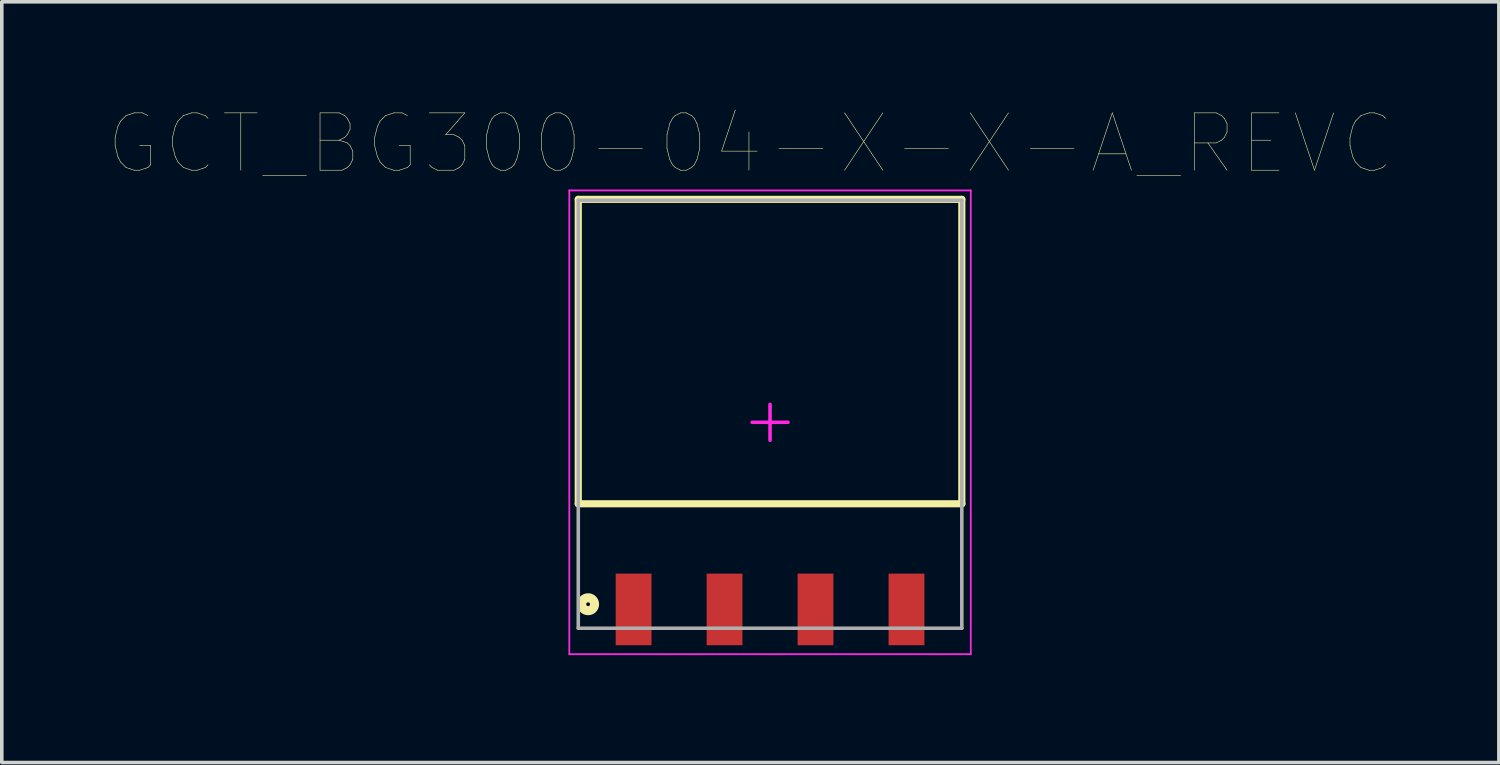
<source format=kicad_pcb>
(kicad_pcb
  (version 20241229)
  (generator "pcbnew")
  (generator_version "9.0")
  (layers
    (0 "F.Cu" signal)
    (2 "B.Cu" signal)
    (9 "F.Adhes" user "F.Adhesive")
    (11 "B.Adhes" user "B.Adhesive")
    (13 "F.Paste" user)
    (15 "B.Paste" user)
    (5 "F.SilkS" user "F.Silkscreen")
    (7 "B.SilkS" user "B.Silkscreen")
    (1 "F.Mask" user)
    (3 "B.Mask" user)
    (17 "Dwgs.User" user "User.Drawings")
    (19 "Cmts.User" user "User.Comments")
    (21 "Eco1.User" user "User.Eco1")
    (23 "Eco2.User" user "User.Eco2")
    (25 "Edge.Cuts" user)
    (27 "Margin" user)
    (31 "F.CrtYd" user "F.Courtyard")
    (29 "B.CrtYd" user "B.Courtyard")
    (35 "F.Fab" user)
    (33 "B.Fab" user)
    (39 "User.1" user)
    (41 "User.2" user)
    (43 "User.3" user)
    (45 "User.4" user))
  (footprint "GCT_BG300-04-X-X-A_REVC"
    (layer "F.Cu")
    (at 18.452 8.742)
    (property "Reference" "GCT_BG300-04-X-X-A_REVC" (at -0.551 -7.779 0) (layer "F.SilkS") (effects (font (size 1.602 1.602) (thickness 0.015))))
    (attr through_hole)
    (fp_line (start -5.355 -6.225) (end 5.355 -6.225) (stroke (width 0.2) (type solid)) (layer "F.SilkS"))
    (fp_line (start -5.355 2.275) (end -5.355 -6.225) (stroke (width 0.2) (type solid)) (layer "F.SilkS"))
    (fp_line (start -5.355 2.275) (end 5.355 2.275) (stroke (width 0.2) (type solid)) (layer "F.SilkS"))
    (fp_line (start 5.355 2.275) (end 5.355 -6.225) (stroke (width 0.2) (type solid)) (layer "F.SilkS"))
    (fp_circle (center -5.08 5.08) (end -4.9 5.08) (stroke (width 0.254) (type solid)) (fill no) (layer "F.SilkS"))
    (fp_line (start -5.605 -6.475) (end 5.605 -6.475) (stroke (width 0.05) (type solid)) (layer "F.CrtYd"))
    (fp_line (start -5.605 6.475) (end -5.605 -6.475) (stroke (width 0.05) (type solid)) (layer "F.CrtYd"))
    (fp_line (start -5.605 6.475) (end 5.605 6.475) (stroke (width 0.05) (type solid)) (layer "F.CrtYd"))
    (fp_line (start -0.5 0) (end 0.5 0) (stroke (width 0.1) (type solid)) (layer "F.CrtYd"))
    (fp_line (start 0 0.5) (end 0 -0.5) (stroke (width 0.1) (type solid)) (layer "F.CrtYd"))
    (fp_line (start 5.605 6.475) (end 5.605 -6.475) (stroke (width 0.05) (type solid)) (layer "F.CrtYd"))
    (fp_line (start -5.355 -6.2) (end 5.355 -6.2) (stroke (width 0.1) (type solid)) (layer "F.Fab"))
    (fp_line (start -5.355 5.75) (end -5.355 -6.2) (stroke (width 0.1) (type solid)) (layer "F.Fab"))
    (fp_line (start -5.355 5.75) (end 5.355 5.75) (stroke (width 0.1) (type solid)) (layer "F.Fab"))
    (fp_line (start 5.355 5.75) (end 5.355 -6.2) (stroke (width 0.1) (type solid)) (layer "F.Fab"))
    (pad "1" smd rect (at -3.81 5.225) (size 1 2) (layers "F.Cu" "F.Mask" "F.Paste"))
    (pad "2" smd rect (at -1.27 5.225) (size 1 2) (layers "F.Cu" "F.Mask" "F.Paste"))
    (pad "3" smd rect (at 1.27 5.225) (size 1 2) (layers "F.Cu" "F.Mask" "F.Paste"))
    (pad "4" smd rect (at 3.81 5.225) (size 1 2) (layers "F.Cu" "F.Mask" "F.Paste")))
  (gr_rect
    (start -3 -3)
    (end 38.803 18.242)
    (stroke (width 0.1) (type default))
    (fill no)
    (layer "Edge.Cuts")))
</source>
